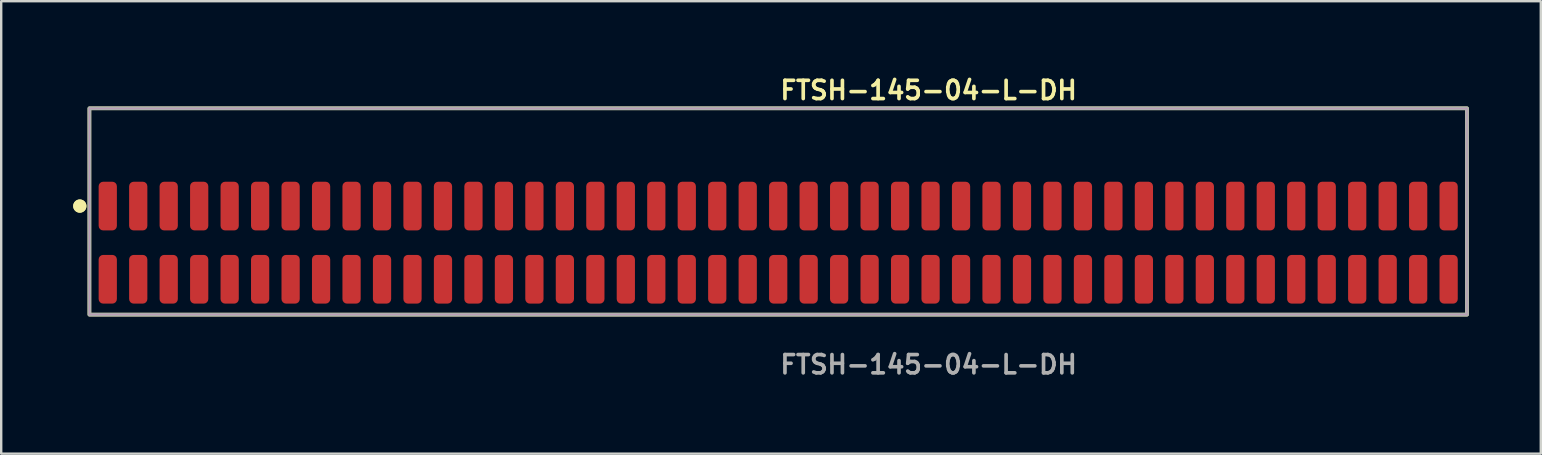
<source format=kicad_pcb>
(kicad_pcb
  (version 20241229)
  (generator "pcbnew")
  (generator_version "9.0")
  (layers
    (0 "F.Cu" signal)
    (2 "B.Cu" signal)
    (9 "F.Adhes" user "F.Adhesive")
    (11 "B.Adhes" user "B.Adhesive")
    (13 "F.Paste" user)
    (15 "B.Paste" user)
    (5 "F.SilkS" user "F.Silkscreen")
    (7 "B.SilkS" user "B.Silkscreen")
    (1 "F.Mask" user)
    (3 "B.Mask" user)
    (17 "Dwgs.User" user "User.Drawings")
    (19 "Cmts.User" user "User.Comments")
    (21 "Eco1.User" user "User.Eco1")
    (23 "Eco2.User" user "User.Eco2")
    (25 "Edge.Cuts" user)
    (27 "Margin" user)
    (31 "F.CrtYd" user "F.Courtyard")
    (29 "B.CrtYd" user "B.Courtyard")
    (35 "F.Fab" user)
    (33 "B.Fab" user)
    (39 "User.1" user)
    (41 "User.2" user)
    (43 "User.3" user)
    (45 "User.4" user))
  (footprint "FTSH-145-04-L-DH"
    (layer "F.Cu")
    (at 29.381 7.063)
    (property "Reference" "FTSH-145-04-L-DH" (at 0 -6.35 0) (unlocked yes) (layer "F.SilkS") (effects (font (size 0.762 0.762) (thickness 0.152)) (justify left)))
    (fp_rect (start -28.705 3) (end 28.705 -5.6) (stroke (width 0.152) (type solid)) (fill no) (layer "F.SilkS"))
    (fp_circle (center -29.105 -1.525) (end -29.305 -1.525) (stroke (width 0.152) (type solid)) (fill yes) (layer "F.SilkS"))
    (fp_circle (center -29.105 -1.525) (end -29.305 -1.525) (stroke (width 0.152) (type solid)) (fill yes) (layer "F.SilkS"))
    (fp_rect (start -28.705 3) (end 28.705 -5.6) (stroke (width 0.006) (type solid)) (fill no) (layer "F.CrtYd"))
    (fp_rect (start -28.705 3) (end 28.705 -5.6) (stroke (width 0.152) (type solid)) (fill no) (layer "F.Fab"))
    (fp_text user "${REFERENCE}" (at 0 5.08 0) (unlocked yes) (layer "F.Fab") (effects (font (size 0.762 0.762) (thickness 0.152)) (justify left)))
    (pad "1" smd roundrect (at -27.94 -1.525) (size 0.76 2.03) (layers "F.Cu" "F.Paste") (roundrect_rratio 0.25))
    (pad "2" smd roundrect (at -27.94 1.525) (size 0.76 2.03) (layers "F.Cu" "F.Paste") (roundrect_rratio 0.25))
    (pad "3" smd roundrect (at -26.67 -1.525) (size 0.76 2.03) (layers "F.Cu" "F.Paste") (roundrect_rratio 0.25))
    (pad "4" smd roundrect (at -26.67 1.525) (size 0.76 2.03) (layers "F.Cu" "F.Paste") (roundrect_rratio 0.25))
    (pad "5" smd roundrect (at -25.4 -1.525) (size 0.76 2.03) (layers "F.Cu" "F.Paste") (roundrect_rratio 0.25))
    (pad "6" smd roundrect (at -25.4 1.525) (size 0.76 2.03) (layers "F.Cu" "F.Paste") (roundrect_rratio 0.25))
    (pad "7" smd roundrect (at -24.13 -1.525) (size 0.76 2.03) (layers "F.Cu" "F.Paste") (roundrect_rratio 0.25))
    (pad "8" smd roundrect (at -24.13 1.525) (size 0.76 2.03) (layers "F.Cu" "F.Paste") (roundrect_rratio 0.25))
    (pad "9" smd roundrect (at -22.86 -1.525) (size 0.76 2.03) (layers "F.Cu" "F.Paste") (roundrect_rratio 0.25))
    (pad "10" smd roundrect (at -22.86 1.525) (size 0.76 2.03) (layers "F.Cu" "F.Paste") (roundrect_rratio 0.25))
    (pad "11" smd roundrect (at -21.59 -1.525) (size 0.76 2.03) (layers "F.Cu" "F.Paste") (roundrect_rratio 0.25))
    (pad "12" smd roundrect (at -21.59 1.525) (size 0.76 2.03) (layers "F.Cu" "F.Paste") (roundrect_rratio 0.25))
    (pad "13" smd roundrect (at -20.32 -1.525) (size 0.76 2.03) (layers "F.Cu" "F.Paste") (roundrect_rratio 0.25))
    (pad "14" smd roundrect (at -20.32 1.525) (size 0.76 2.03) (layers "F.Cu" "F.Paste") (roundrect_rratio 0.25))
    (pad "15" smd roundrect (at -19.05 -1.525) (size 0.76 2.03) (layers "F.Cu" "F.Paste") (roundrect_rratio 0.25))
    (pad "16" smd roundrect (at -19.05 1.525) (size 0.76 2.03) (layers "F.Cu" "F.Paste") (roundrect_rratio 0.25))
    (pad "17" smd roundrect (at -17.78 -1.525) (size 0.76 2.03) (layers "F.Cu" "F.Paste") (roundrect_rratio 0.25))
    (pad "18" smd roundrect (at -17.78 1.525) (size 0.76 2.03) (layers "F.Cu" "F.Paste") (roundrect_rratio 0.25))
    (pad "19" smd roundrect (at -16.51 -1.525) (size 0.76 2.03) (layers "F.Cu" "F.Paste") (roundrect_rratio 0.25))
    (pad "20" smd roundrect (at -16.51 1.525) (size 0.76 2.03) (layers "F.Cu" "F.Paste") (roundrect_rratio 0.25))
    (pad "21" smd roundrect (at -15.24 -1.525) (size 0.76 2.03) (layers "F.Cu" "F.Paste") (roundrect_rratio 0.25))
    (pad "22" smd roundrect (at -15.24 1.525) (size 0.76 2.03) (layers "F.Cu" "F.Paste") (roundrect_rratio 0.25))
    (pad "23" smd roundrect (at -13.97 -1.525) (size 0.76 2.03) (layers "F.Cu" "F.Paste") (roundrect_rratio 0.25))
    (pad "24" smd roundrect (at -13.97 1.525) (size 0.76 2.03) (layers "F.Cu" "F.Paste") (roundrect_rratio 0.25))
    (pad "25" smd roundrect (at -12.7 -1.525) (size 0.76 2.03) (layers "F.Cu" "F.Paste") (roundrect_rratio 0.25))
    (pad "26" smd roundrect (at -12.7 1.525) (size 0.76 2.03) (layers "F.Cu" "F.Paste") (roundrect_rratio 0.25))
    (pad "27" smd roundrect (at -11.43 -1.525) (size 0.76 2.03) (layers "F.Cu" "F.Paste") (roundrect_rratio 0.25))
    (pad "28" smd roundrect (at -11.43 1.525) (size 0.76 2.03) (layers "F.Cu" "F.Paste") (roundrect_rratio 0.25))
    (pad "29" smd roundrect (at -10.16 -1.525) (size 0.76 2.03) (layers "F.Cu" "F.Paste") (roundrect_rratio 0.25))
    (pad "30" smd roundrect (at -10.16 1.525) (size 0.76 2.03) (layers "F.Cu" "F.Paste") (roundrect_rratio 0.25))
    (pad "31" smd roundrect (at -8.89 -1.525) (size 0.76 2.03) (layers "F.Cu" "F.Paste") (roundrect_rratio 0.25))
    (pad "32" smd roundrect (at -8.89 1.525) (size 0.76 2.03) (layers "F.Cu" "F.Paste") (roundrect_rratio 0.25))
    (pad "33" smd roundrect (at -7.62 -1.525) (size 0.76 2.03) (layers "F.Cu" "F.Paste") (roundrect_rratio 0.25))
    (pad "34" smd roundrect (at -7.62 1.525) (size 0.76 2.03) (layers "F.Cu" "F.Paste") (roundrect_rratio 0.25))
    (pad "35" smd roundrect (at -6.35 -1.525) (size 0.76 2.03) (layers "F.Cu" "F.Paste") (roundrect_rratio 0.25))
    (pad "36" smd roundrect (at -6.35 1.525) (size 0.76 2.03) (layers "F.Cu" "F.Paste") (roundrect_rratio 0.25))
    (pad "37" smd roundrect (at -5.08 -1.525) (size 0.76 2.03) (layers "F.Cu" "F.Paste") (roundrect_rratio 0.25))
    (pad "38" smd roundrect (at -5.08 1.525) (size 0.76 2.03) (layers "F.Cu" "F.Paste") (roundrect_rratio 0.25))
    (pad "39" smd roundrect (at -3.81 -1.525) (size 0.76 2.03) (layers "F.Cu" "F.Paste") (roundrect_rratio 0.25))
    (pad "40" smd roundrect (at -3.81 1.525) (size 0.76 2.03) (layers "F.Cu" "F.Paste") (roundrect_rratio 0.25))
    (pad "41" smd roundrect (at -2.54 -1.525) (size 0.76 2.03) (layers "F.Cu" "F.Paste") (roundrect_rratio 0.25))
    (pad "42" smd roundrect (at -2.54 1.525) (size 0.76 2.03) (layers "F.Cu" "F.Paste") (roundrect_rratio 0.25))
    (pad "43" smd roundrect (at -1.27 -1.525) (size 0.76 2.03) (layers "F.Cu" "F.Paste") (roundrect_rratio 0.25))
    (pad "44" smd roundrect (at -1.27 1.525) (size 0.76 2.03) (layers "F.Cu" "F.Paste") (roundrect_rratio 0.25))
    (pad "45" smd roundrect (at 0 -1.525) (size 0.76 2.03) (layers "F.Cu" "F.Paste") (roundrect_rratio 0.25))
    (pad "46" smd roundrect (at 0 1.525) (size 0.76 2.03) (layers "F.Cu" "F.Paste") (roundrect_rratio 0.25))
    (pad "47" smd roundrect (at 1.27 -1.525) (size 0.76 2.03) (layers "F.Cu" "F.Paste") (roundrect_rratio 0.25))
    (pad "48" smd roundrect (at 1.27 1.525) (size 0.76 2.03) (layers "F.Cu" "F.Paste") (roundrect_rratio 0.25))
    (pad "49" smd roundrect (at 2.54 -1.525) (size 0.76 2.03) (layers "F.Cu" "F.Paste") (roundrect_rratio 0.25))
    (pad "50" smd roundrect (at 2.54 1.525) (size 0.76 2.03) (layers "F.Cu" "F.Paste") (roundrect_rratio 0.25))
    (pad "51" smd roundrect (at 3.81 -1.525) (size 0.76 2.03) (layers "F.Cu" "F.Paste") (roundrect_rratio 0.25))
    (pad "52" smd roundrect (at 3.81 1.525) (size 0.76 2.03) (layers "F.Cu" "F.Paste") (roundrect_rratio 0.25))
    (pad "53" smd roundrect (at 5.08 -1.525) (size 0.76 2.03) (layers "F.Cu" "F.Paste") (roundrect_rratio 0.25))
    (pad "54" smd roundrect (at 5.08 1.525) (size 0.76 2.03) (layers "F.Cu" "F.Paste") (roundrect_rratio 0.25))
    (pad "55" smd roundrect (at 6.35 -1.525) (size 0.76 2.03) (layers "F.Cu" "F.Paste") (roundrect_rratio 0.25))
    (pad "56" smd roundrect (at 6.35 1.525) (size 0.76 2.03) (layers "F.Cu" "F.Paste") (roundrect_rratio 0.25))
    (pad "57" smd roundrect (at 7.62 -1.525) (size 0.76 2.03) (layers "F.Cu" "F.Paste") (roundrect_rratio 0.25))
    (pad "58" smd roundrect (at 7.62 1.525) (size 0.76 2.03) (layers "F.Cu" "F.Paste") (roundrect_rratio 0.25))
    (pad "59" smd roundrect (at 8.89 -1.525) (size 0.76 2.03) (layers "F.Cu" "F.Paste") (roundrect_rratio 0.25))
    (pad "60" smd roundrect (at 8.89 1.525) (size 0.76 2.03) (layers "F.Cu" "F.Paste") (roundrect_rratio 0.25))
    (pad "61" smd roundrect (at 10.16 -1.525) (size 0.76 2.03) (layers "F.Cu" "F.Paste") (roundrect_rratio 0.25))
    (pad "62" smd roundrect (at 10.16 1.525) (size 0.76 2.03) (layers "F.Cu" "F.Paste") (roundrect_rratio 0.25))
    (pad "63" smd roundrect (at 11.43 -1.525) (size 0.76 2.03) (layers "F.Cu" "F.Paste") (roundrect_rratio 0.25))
    (pad "64" smd roundrect (at 11.43 1.525) (size 0.76 2.03) (layers "F.Cu" "F.Paste") (roundrect_rratio 0.25))
    (pad "65" smd roundrect (at 12.7 -1.525) (size 0.76 2.03) (layers "F.Cu" "F.Paste") (roundrect_rratio 0.25))
    (pad "66" smd roundrect (at 12.7 1.525) (size 0.76 2.03) (layers "F.Cu" "F.Paste") (roundrect_rratio 0.25))
    (pad "67" smd roundrect (at 13.97 -1.525) (size 0.76 2.03) (layers "F.Cu" "F.Paste") (roundrect_rratio 0.25))
    (pad "68" smd roundrect (at 13.97 1.525) (size 0.76 2.03) (layers "F.Cu" "F.Paste") (roundrect_rratio 0.25))
    (pad "69" smd roundrect (at 15.24 -1.525) (size 0.76 2.03) (layers "F.Cu" "F.Paste") (roundrect_rratio 0.25))
    (pad "70" smd roundrect (at 15.24 1.525) (size 0.76 2.03) (layers "F.Cu" "F.Paste") (roundrect_rratio 0.25))
    (pad "71" smd roundrect (at 16.51 -1.525) (size 0.76 2.03) (layers "F.Cu" "F.Paste") (roundrect_rratio 0.25))
    (pad "72" smd roundrect (at 16.51 1.525) (size 0.76 2.03) (layers "F.Cu" "F.Paste") (roundrect_rratio 0.25))
    (pad "73" smd roundrect (at 17.78 -1.525) (size 0.76 2.03) (layers "F.Cu" "F.Paste") (roundrect_rratio 0.25))
    (pad "74" smd roundrect (at 17.78 1.525) (size 0.76 2.03) (layers "F.Cu" "F.Paste") (roundrect_rratio 0.25))
    (pad "75" smd roundrect (at 19.05 -1.525) (size 0.76 2.03) (layers "F.Cu" "F.Paste") (roundrect_rratio 0.25))
    (pad "76" smd roundrect (at 19.05 1.525) (size 0.76 2.03) (layers "F.Cu" "F.Paste") (roundrect_rratio 0.25))
    (pad "77" smd roundrect (at 20.32 -1.525) (size 0.76 2.03) (layers "F.Cu" "F.Paste") (roundrect_rratio 0.25))
    (pad "78" smd roundrect (at 20.32 1.525) (size 0.76 2.03) (layers "F.Cu" "F.Paste") (roundrect_rratio 0.25))
    (pad "79" smd roundrect (at 21.59 -1.525) (size 0.76 2.03) (layers "F.Cu" "F.Paste") (roundrect_rratio 0.25))
    (pad "80" smd roundrect (at 21.59 1.525) (size 0.76 2.03) (layers "F.Cu" "F.Paste") (roundrect_rratio 0.25))
    (pad "81" smd roundrect (at 22.86 -1.525) (size 0.76 2.03) (layers "F.Cu" "F.Paste") (roundrect_rratio 0.25))
    (pad "82" smd roundrect (at 22.86 1.525) (size 0.76 2.03) (layers "F.Cu" "F.Paste") (roundrect_rratio 0.25))
    (pad "83" smd roundrect (at 24.13 -1.525) (size 0.76 2.03) (layers "F.Cu" "F.Paste") (roundrect_rratio 0.25))
    (pad "84" smd roundrect (at 24.13 1.525) (size 0.76 2.03) (layers "F.Cu" "F.Paste") (roundrect_rratio 0.25))
    (pad "85" smd roundrect (at 25.4 -1.525) (size 0.76 2.03) (layers "F.Cu" "F.Paste") (roundrect_rratio 0.25))
    (pad "86" smd roundrect (at 25.4 1.525) (size 0.76 2.03) (layers "F.Cu" "F.Paste") (roundrect_rratio 0.25))
    (pad "87" smd roundrect (at 26.67 -1.525) (size 0.76 2.03) (layers "F.Cu" "F.Paste") (roundrect_rratio 0.25))
    (pad "88" smd roundrect (at 26.67 1.525) (size 0.76 2.03) (layers "F.Cu" "F.Paste") (roundrect_rratio 0.25))
    (pad "89" smd roundrect (at 27.94 -1.525) (size 0.76 2.03) (layers "F.Cu" "F.Paste") (roundrect_rratio 0.25))
    (pad "90" smd roundrect (at 27.94 1.525) (size 0.76 2.03) (layers "F.Cu" "F.Paste") (roundrect_rratio 0.25)))
  (gr_rect
    (start -3 -3)
    (end 61.162 15.856)
    (stroke (width 0.1) (type default))
    (fill no)
    (layer "Edge.Cuts")))
</source>
